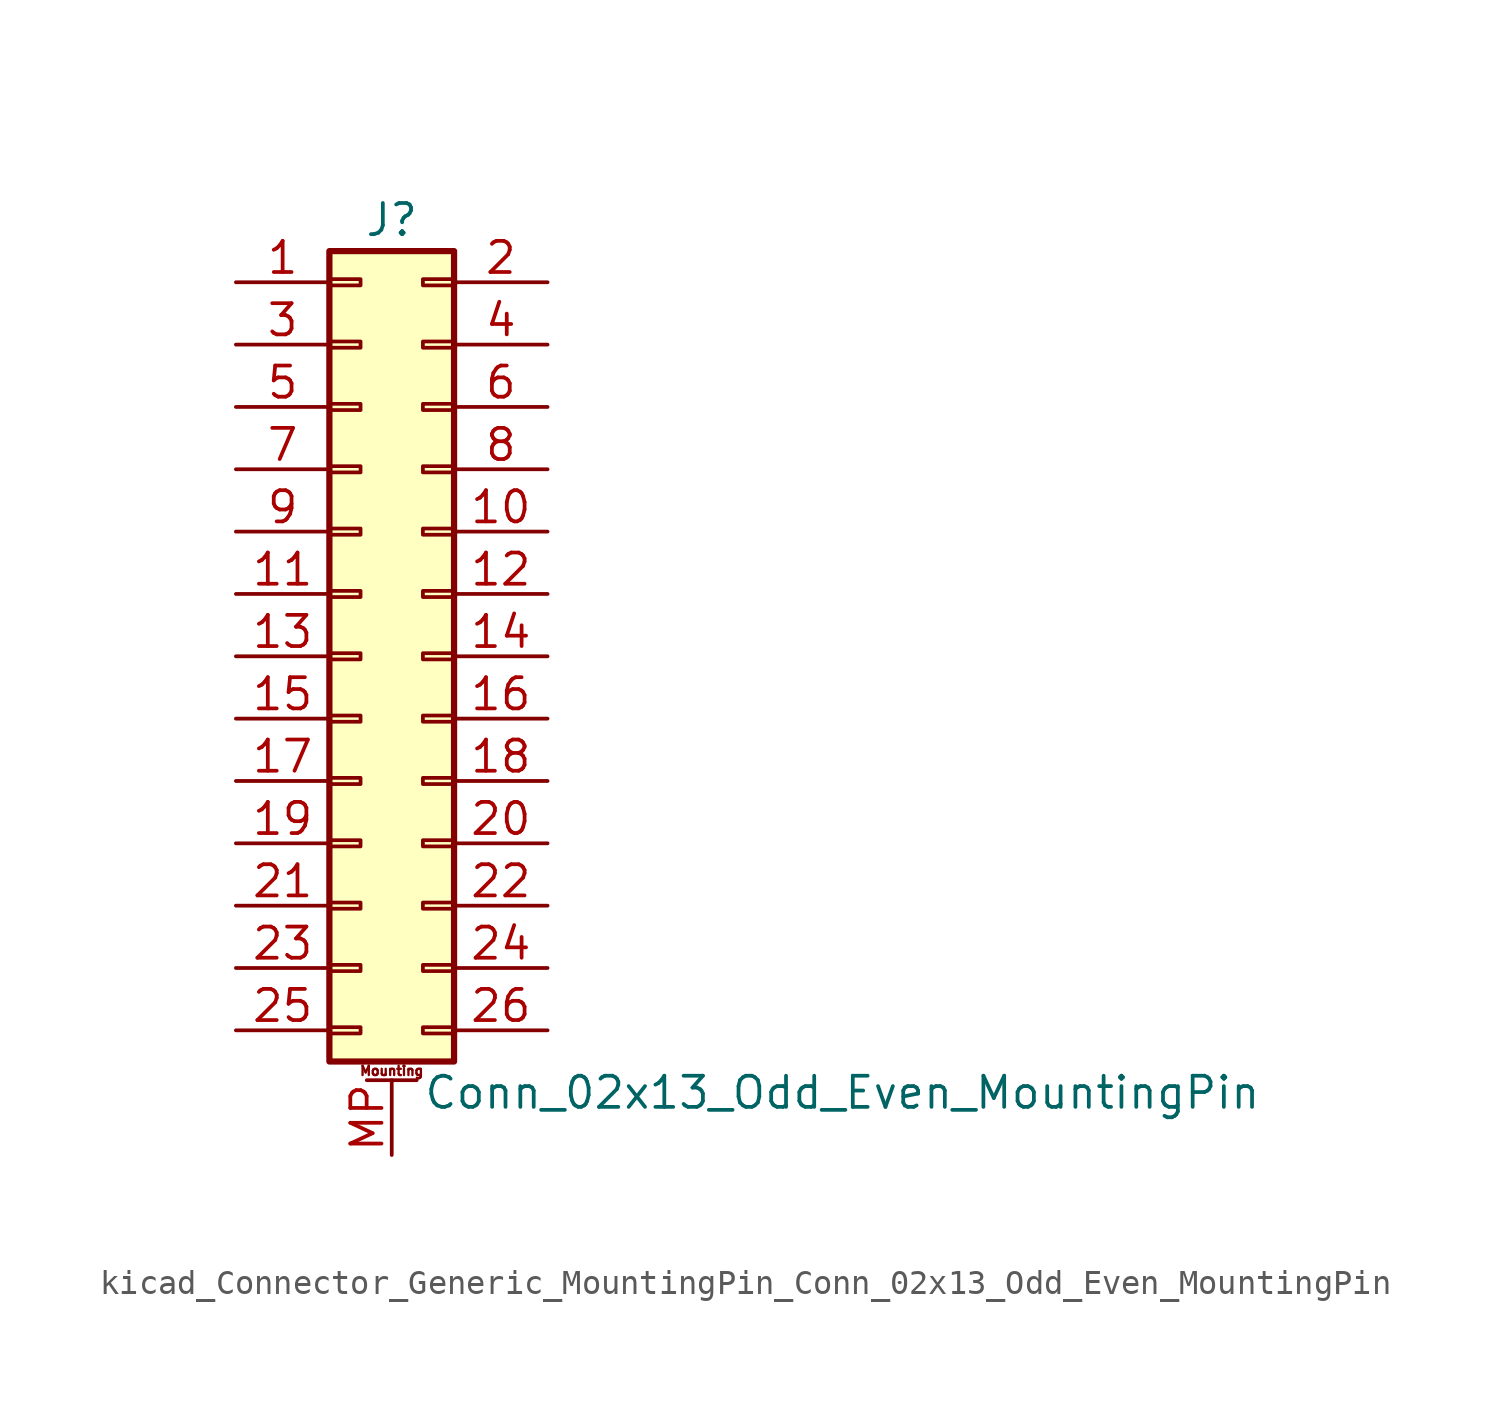
<source format=kicad_sym>
(kicad_symbol_lib
  (version 20220914)
  (generator kicad_symbol_editor)
  (symbol "kicad_Connector_Generic_MountingPin_Conn_02x13_Odd_Even_MountingPin"
    (pin_names
      (offset 1.016) hide)
    (property "Reference" "J"
      (at 1.27 17.78 0)
      (effects (font (size 1.27 1.27))))
    (property "Value" "Conn_02x13_Odd_Even_MountingPin"
      (at 2.54 -17.78 0)
      (effects (font (size 1.27 1.27)) (justify left)))
    (symbol "kicad_Connector_Generic_MountingPin_Conn_02x13_Odd_Even_MountingPin_1_1"
      (rectangle (start -1.27 -15.113) (end 0 -15.367) (stroke (width 0.152) (type default)) (fill (type none)))
      (rectangle (start -1.27 -12.573) (end 0 -12.827) (stroke (width 0.152) (type default)) (fill (type none)))
      (rectangle (start -1.27 -10.033) (end 0 -10.287) (stroke (width 0.152) (type default)) (fill (type none)))
      (rectangle (start -1.27 -7.493) (end 0 -7.747) (stroke (width 0.152) (type default)) (fill (type none)))
      (rectangle (start -1.27 -4.953) (end 0 -5.207) (stroke (width 0.152) (type default)) (fill (type none)))
      (rectangle (start -1.27 -2.413) (end 0 -2.667) (stroke (width 0.152) (type default)) (fill (type none)))
      (rectangle (start -1.27 0.127) (end 0 -0.127) (stroke (width 0.152) (type default)) (fill (type none)))
      (rectangle (start -1.27 2.667) (end 0 2.413) (stroke (width 0.152) (type default)) (fill (type none)))
      (rectangle (start -1.27 5.207) (end 0 4.953) (stroke (width 0.152) (type default)) (fill (type none)))
      (rectangle (start -1.27 7.747) (end 0 7.493) (stroke (width 0.152) (type default)) (fill (type none)))
      (rectangle (start -1.27 10.287) (end 0 10.033) (stroke (width 0.152) (type default)) (fill (type none)))
      (rectangle (start -1.27 12.827) (end 0 12.573) (stroke (width 0.152) (type default)) (fill (type none)))
      (rectangle (start -1.27 15.367) (end 0 15.113) (stroke (width 0.152) (type default)) (fill (type none)))
      (rectangle (start -1.27 16.51) (end 3.81 -16.51) (stroke (width 0.254) (type default)) (fill (type background)))
      (polyline (pts (xy 0.254 -17.272) (xy 2.286 -17.272)) (stroke (width 0.152) (type default)) (fill (type none)))
      (rectangle (start 3.81 -15.113) (end 2.54 -15.367) (stroke (width 0.152) (type default)) (fill (type none)))
      (rectangle (start 3.81 -12.573) (end 2.54 -12.827) (stroke (width 0.152) (type default)) (fill (type none)))
      (rectangle (start 3.81 -10.033) (end 2.54 -10.287) (stroke (width 0.152) (type default)) (fill (type none)))
      (rectangle (start 3.81 -7.493) (end 2.54 -7.747) (stroke (width 0.152) (type default)) (fill (type none)))
      (rectangle (start 3.81 -4.953) (end 2.54 -5.207) (stroke (width 0.152) (type default)) (fill (type none)))
      (rectangle (start 3.81 -2.413) (end 2.54 -2.667) (stroke (width 0.152) (type default)) (fill (type none)))
      (rectangle (start 3.81 0.127) (end 2.54 -0.127) (stroke (width 0.152) (type default)) (fill (type none)))
      (rectangle (start 3.81 2.667) (end 2.54 2.413) (stroke (width 0.152) (type default)) (fill (type none)))
      (rectangle (start 3.81 5.207) (end 2.54 4.953) (stroke (width 0.152) (type default)) (fill (type none)))
      (rectangle (start 3.81 7.747) (end 2.54 7.493) (stroke (width 0.152) (type default)) (fill (type none)))
      (rectangle (start 3.81 10.287) (end 2.54 10.033) (stroke (width 0.152) (type default)) (fill (type none)))
      (rectangle (start 3.81 12.827) (end 2.54 12.573) (stroke (width 0.152) (type default)) (fill (type none)))
      (rectangle (start 3.81 15.367) (end 2.54 15.113) (stroke (width 0.152) (type default)) (fill (type none)))
      (text "Mounting" (at 1.27 -16.891 0) (effects (font (size 0.381 0.381))))
      (pin passive line (at -5.08 15.24 0) (length 3.81) (name "Pin_1" (effects (font (size 1.27 1.27)))) (number "1" (effects (font (size 1.27 1.27)))))
      (pin passive line (at 7.62 5.08 180) (length 3.81) (name "Pin_10" (effects (font (size 1.27 1.27)))) (number "10" (effects (font (size 1.27 1.27)))))
      (pin passive line (at -5.08 2.54 0) (length 3.81) (name "Pin_11" (effects (font (size 1.27 1.27)))) (number "11" (effects (font (size 1.27 1.27)))))
      (pin passive line (at 7.62 2.54 180) (length 3.81) (name "Pin_12" (effects (font (size 1.27 1.27)))) (number "12" (effects (font (size 1.27 1.27)))))
      (pin passive line (at -5.08 0 0) (length 3.81) (name "Pin_13" (effects (font (size 1.27 1.27)))) (number "13" (effects (font (size 1.27 1.27)))))
      (pin passive line (at 7.62 0 180) (length 3.81) (name "Pin_14" (effects (font (size 1.27 1.27)))) (number "14" (effects (font (size 1.27 1.27)))))
      (pin passive line (at -5.08 -2.54 0) (length 3.81) (name "Pin_15" (effects (font (size 1.27 1.27)))) (number "15" (effects (font (size 1.27 1.27)))))
      (pin passive line (at 7.62 -2.54 180) (length 3.81) (name "Pin_16" (effects (font (size 1.27 1.27)))) (number "16" (effects (font (size 1.27 1.27)))))
      (pin passive line (at -5.08 -5.08 0) (length 3.81) (name "Pin_17" (effects (font (size 1.27 1.27)))) (number "17" (effects (font (size 1.27 1.27)))))
      (pin passive line (at 7.62 -5.08 180) (length 3.81) (name "Pin_18" (effects (font (size 1.27 1.27)))) (number "18" (effects (font (size 1.27 1.27)))))
      (pin passive line (at -5.08 -7.62 0) (length 3.81) (name "Pin_19" (effects (font (size 1.27 1.27)))) (number "19" (effects (font (size 1.27 1.27)))))
      (pin passive line (at 7.62 15.24 180) (length 3.81) (name "Pin_2" (effects (font (size 1.27 1.27)))) (number "2" (effects (font (size 1.27 1.27)))))
      (pin passive line (at 7.62 -7.62 180) (length 3.81) (name "Pin_20" (effects (font (size 1.27 1.27)))) (number "20" (effects (font (size 1.27 1.27)))))
      (pin passive line (at -5.08 -10.16 0) (length 3.81) (name "Pin_21" (effects (font (size 1.27 1.27)))) (number "21" (effects (font (size 1.27 1.27)))))
      (pin passive line (at 7.62 -10.16 180) (length 3.81) (name "Pin_22" (effects (font (size 1.27 1.27)))) (number "22" (effects (font (size 1.27 1.27)))))
      (pin passive line (at -5.08 -12.7 0) (length 3.81) (name "Pin_23" (effects (font (size 1.27 1.27)))) (number "23" (effects (font (size 1.27 1.27)))))
      (pin passive line (at 7.62 -12.7 180) (length 3.81) (name "Pin_24" (effects (font (size 1.27 1.27)))) (number "24" (effects (font (size 1.27 1.27)))))
      (pin passive line (at -5.08 -15.24 0) (length 3.81) (name "Pin_25" (effects (font (size 1.27 1.27)))) (number "25" (effects (font (size 1.27 1.27)))))
      (pin passive line (at 7.62 -15.24 180) (length 3.81) (name "Pin_26" (effects (font (size 1.27 1.27)))) (number "26" (effects (font (size 1.27 1.27)))))
      (pin passive line (at -5.08 12.7 0) (length 3.81) (name "Pin_3" (effects (font (size 1.27 1.27)))) (number "3" (effects (font (size 1.27 1.27)))))
      (pin passive line (at 7.62 12.7 180) (length 3.81) (name "Pin_4" (effects (font (size 1.27 1.27)))) (number "4" (effects (font (size 1.27 1.27)))))
      (pin passive line (at -5.08 10.16 0) (length 3.81) (name "Pin_5" (effects (font (size 1.27 1.27)))) (number "5" (effects (font (size 1.27 1.27)))))
      (pin passive line (at 7.62 10.16 180) (length 3.81) (name "Pin_6" (effects (font (size 1.27 1.27)))) (number "6" (effects (font (size 1.27 1.27)))))
      (pin passive line (at -5.08 7.62 0) (length 3.81) (name "Pin_7" (effects (font (size 1.27 1.27)))) (number "7" (effects (font (size 1.27 1.27)))))
      (pin passive line (at 7.62 7.62 180) (length 3.81) (name "Pin_8" (effects (font (size 1.27 1.27)))) (number "8" (effects (font (size 1.27 1.27)))))
      (pin passive line (at -5.08 5.08 0) (length 3.81) (name "Pin_9" (effects (font (size 1.27 1.27)))) (number "9" (effects (font (size 1.27 1.27)))))
      (pin passive line (at 1.27 -20.32 90) (length 3.048) (name "MountPin" (effects (font (size 1.27 1.27)))) (number "MP" (effects (font (size 1.27 1.27))))))))
</source>
